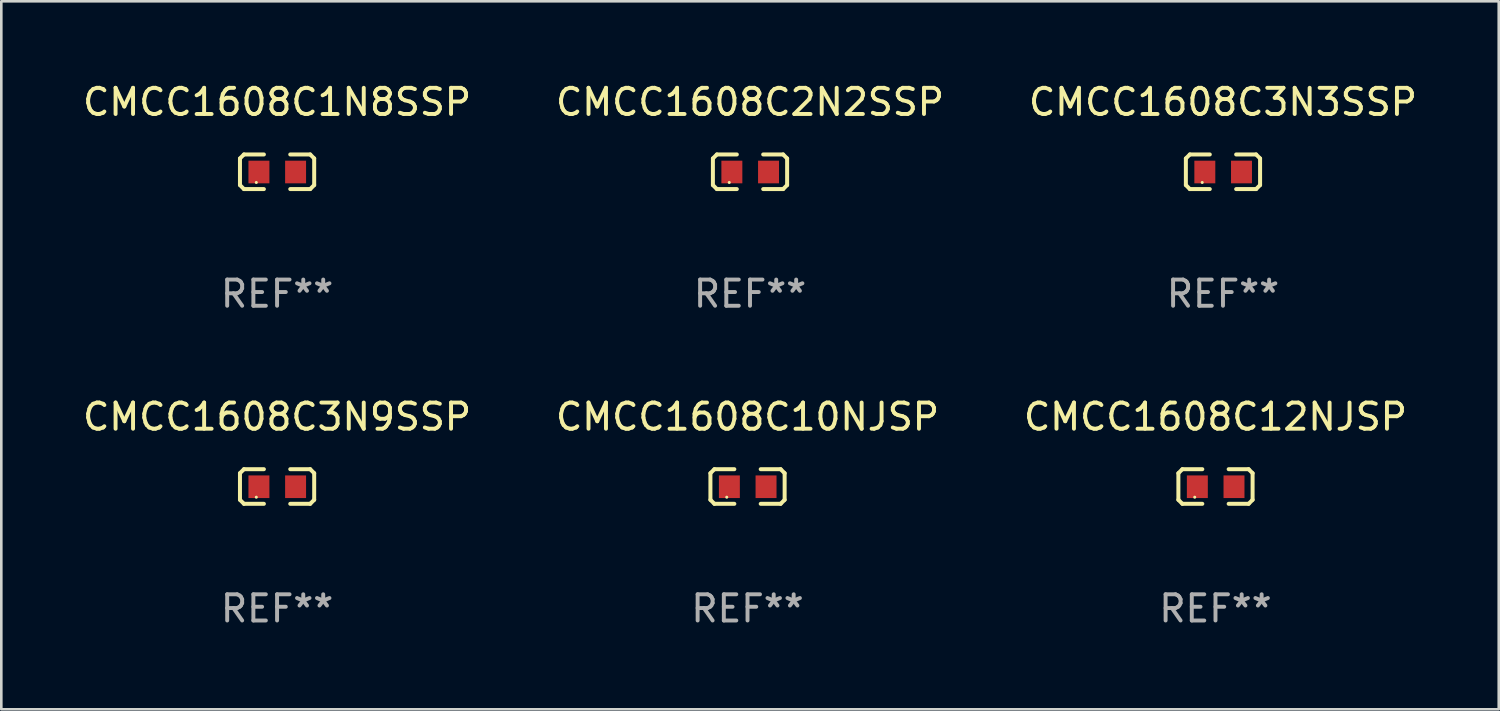
<source format=kicad_pcb>
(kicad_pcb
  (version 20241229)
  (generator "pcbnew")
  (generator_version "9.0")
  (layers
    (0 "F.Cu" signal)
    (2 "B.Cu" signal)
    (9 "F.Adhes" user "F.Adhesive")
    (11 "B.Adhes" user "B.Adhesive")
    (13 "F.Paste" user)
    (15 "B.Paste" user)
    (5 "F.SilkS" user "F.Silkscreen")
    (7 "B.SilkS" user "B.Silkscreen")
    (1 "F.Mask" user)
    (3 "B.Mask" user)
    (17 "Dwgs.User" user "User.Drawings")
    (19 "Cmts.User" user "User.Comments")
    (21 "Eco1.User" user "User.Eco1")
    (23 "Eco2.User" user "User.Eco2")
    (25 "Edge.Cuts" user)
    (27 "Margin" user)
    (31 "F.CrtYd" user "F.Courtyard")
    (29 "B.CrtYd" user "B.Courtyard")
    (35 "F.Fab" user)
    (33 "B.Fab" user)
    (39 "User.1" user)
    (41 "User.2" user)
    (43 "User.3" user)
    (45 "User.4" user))
  (footprint "CMCC1608C2N2SSP"
    (layer "F.Cu")
    (at 25.589 3.509)
    (property "Reference" "CMCC1608C2N2SSP" (at 0 -2.661 0) (layer "F.SilkS") (effects (font (size 1 1) (thickness 0.15))))
    (attr through_hole)
    (fp_line (start -1.417 -0.508) (end -1.265 -0.661) (stroke (width 0.152) (type solid)) (layer "F.SilkS"))
    (fp_line (start -1.417 0.508) (end -1.417 -0.508) (stroke (width 0.152) (type solid)) (layer "F.SilkS"))
    (fp_line (start -1.265 -0.661) (end -0.503 -0.661) (stroke (width 0.152) (type solid)) (layer "F.SilkS"))
    (fp_line (start -1.265 0.661) (end -1.417 0.508) (stroke (width 0.152) (type solid)) (layer "F.SilkS"))
    (fp_line (start -1.265 0.661) (end -0.503 0.661) (stroke (width 0.152) (type solid)) (layer "F.SilkS"))
    (fp_line (start 1.265 -0.661) (end 0.503 -0.661) (stroke (width 0.152) (type solid)) (layer "F.SilkS"))
    (fp_line (start 1.265 -0.661) (end 1.417 -0.508) (stroke (width 0.152) (type solid)) (layer "F.SilkS"))
    (fp_line (start 1.265 0.661) (end 0.503 0.661) (stroke (width 0.152) (type solid)) (layer "F.SilkS"))
    (fp_line (start 1.417 -0.508) (end 1.417 0.508) (stroke (width 0.152) (type solid)) (layer "F.SilkS"))
    (fp_line (start 1.417 0.508) (end 1.265 0.661) (stroke (width 0.152) (type solid)) (layer "F.SilkS"))
    (fp_circle (center -0.793 0.409) (end -0.763 0.409) (stroke (width 0.06) (type solid)) (fill no) (layer "F.SilkS"))
    (fp_text user "REF**" (at 0 4.661 0) (layer "F.Fab") (effects (font (size 1 1) (thickness 0.15))))
    (pad "1" smd rect (at -0.693 0.009 180) (size 0.8 0.864) (layers "F.Cu" "F.Mask" "F.Paste"))
    (pad "2" smd rect (at 0.707 0.009 180) (size 0.8 0.864) (layers "F.Cu" "F.Mask" "F.Paste")))
  (footprint "CMCC1608C1N8SSP"
    (layer "F.Cu")
    (at 7.53 3.509)
    (property "Reference" "CMCC1608C1N8SSP" (at 0 -2.661 0) (layer "F.SilkS") (effects (font (size 1 1) (thickness 0.15))))
    (attr through_hole)
    (fp_line (start -1.417 -0.508) (end -1.265 -0.661) (stroke (width 0.152) (type solid)) (layer "F.SilkS"))
    (fp_line (start -1.417 0.508) (end -1.417 -0.508) (stroke (width 0.152) (type solid)) (layer "F.SilkS"))
    (fp_line (start -1.265 -0.661) (end -0.503 -0.661) (stroke (width 0.152) (type solid)) (layer "F.SilkS"))
    (fp_line (start -1.265 0.661) (end -1.417 0.508) (stroke (width 0.152) (type solid)) (layer "F.SilkS"))
    (fp_line (start -1.265 0.661) (end -0.503 0.661) (stroke (width 0.152) (type solid)) (layer "F.SilkS"))
    (fp_line (start 1.265 -0.661) (end 0.503 -0.661) (stroke (width 0.152) (type solid)) (layer "F.SilkS"))
    (fp_line (start 1.265 -0.661) (end 1.417 -0.508) (stroke (width 0.152) (type solid)) (layer "F.SilkS"))
    (fp_line (start 1.265 0.661) (end 0.503 0.661) (stroke (width 0.152) (type solid)) (layer "F.SilkS"))
    (fp_line (start 1.417 -0.508) (end 1.417 0.508) (stroke (width 0.152) (type solid)) (layer "F.SilkS"))
    (fp_line (start 1.417 0.508) (end 1.265 0.661) (stroke (width 0.152) (type solid)) (layer "F.SilkS"))
    (fp_circle (center -0.793 0.409) (end -0.763 0.409) (stroke (width 0.06) (type solid)) (fill no) (layer "F.SilkS"))
    (fp_text user "REF**" (at 0 4.661 0) (layer "F.Fab") (effects (font (size 1 1) (thickness 0.15))))
    (pad "1" smd rect (at -0.693 0.009 180) (size 0.8 0.864) (layers "F.Cu" "F.Mask" "F.Paste"))
    (pad "2" smd rect (at 0.707 0.009 180) (size 0.8 0.864) (layers "F.Cu" "F.Mask" "F.Paste")))
  (footprint "CMCC1608C12NJSP"
    (layer "F.Cu")
    (at 43.363 15.527)
    (property "Reference" "CMCC1608C12NJSP" (at 0 -2.661 0) (layer "F.SilkS") (effects (font (size 1 1) (thickness 0.15))))
    (attr through_hole)
    (fp_line (start -1.417 -0.508) (end -1.265 -0.661) (stroke (width 0.152) (type solid)) (layer "F.SilkS"))
    (fp_line (start -1.417 0.508) (end -1.417 -0.508) (stroke (width 0.152) (type solid)) (layer "F.SilkS"))
    (fp_line (start -1.265 -0.661) (end -0.503 -0.661) (stroke (width 0.152) (type solid)) (layer "F.SilkS"))
    (fp_line (start -1.265 0.661) (end -1.417 0.508) (stroke (width 0.152) (type solid)) (layer "F.SilkS"))
    (fp_line (start -1.265 0.661) (end -0.503 0.661) (stroke (width 0.152) (type solid)) (layer "F.SilkS"))
    (fp_line (start 1.265 -0.661) (end 0.503 -0.661) (stroke (width 0.152) (type solid)) (layer "F.SilkS"))
    (fp_line (start 1.265 -0.661) (end 1.417 -0.508) (stroke (width 0.152) (type solid)) (layer "F.SilkS"))
    (fp_line (start 1.265 0.661) (end 0.503 0.661) (stroke (width 0.152) (type solid)) (layer "F.SilkS"))
    (fp_line (start 1.417 -0.508) (end 1.417 0.508) (stroke (width 0.152) (type solid)) (layer "F.SilkS"))
    (fp_line (start 1.417 0.508) (end 1.265 0.661) (stroke (width 0.152) (type solid)) (layer "F.SilkS"))
    (fp_circle (center -0.793 0.409) (end -0.763 0.409) (stroke (width 0.06) (type solid)) (fill no) (layer "F.SilkS"))
    (fp_text user "REF**" (at 0 4.661 0) (layer "F.Fab") (effects (font (size 1 1) (thickness 0.15))))
    (pad "1" smd rect (at -0.693 0.009 180) (size 0.8 0.864) (layers "F.Cu" "F.Mask" "F.Paste"))
    (pad "2" smd rect (at 0.707 0.009 180) (size 0.8 0.864) (layers "F.Cu" "F.Mask" "F.Paste")))
  (footprint "CMCC1608C3N9SSP"
    (layer "F.Cu")
    (at 7.53 15.527)
    (property "Reference" "CMCC1608C3N9SSP" (at 0 -2.661 0) (layer "F.SilkS") (effects (font (size 1 1) (thickness 0.15))))
    (attr through_hole)
    (fp_line (start -1.417 -0.508) (end -1.265 -0.661) (stroke (width 0.152) (type solid)) (layer "F.SilkS"))
    (fp_line (start -1.417 0.508) (end -1.417 -0.508) (stroke (width 0.152) (type solid)) (layer "F.SilkS"))
    (fp_line (start -1.265 -0.661) (end -0.503 -0.661) (stroke (width 0.152) (type solid)) (layer "F.SilkS"))
    (fp_line (start -1.265 0.661) (end -1.417 0.508) (stroke (width 0.152) (type solid)) (layer "F.SilkS"))
    (fp_line (start -1.265 0.661) (end -0.503 0.661) (stroke (width 0.152) (type solid)) (layer "F.SilkS"))
    (fp_line (start 1.265 -0.661) (end 0.503 -0.661) (stroke (width 0.152) (type solid)) (layer "F.SilkS"))
    (fp_line (start 1.265 -0.661) (end 1.417 -0.508) (stroke (width 0.152) (type solid)) (layer "F.SilkS"))
    (fp_line (start 1.265 0.661) (end 0.503 0.661) (stroke (width 0.152) (type solid)) (layer "F.SilkS"))
    (fp_line (start 1.417 -0.508) (end 1.417 0.508) (stroke (width 0.152) (type solid)) (layer "F.SilkS"))
    (fp_line (start 1.417 0.508) (end 1.265 0.661) (stroke (width 0.152) (type solid)) (layer "F.SilkS"))
    (fp_circle (center -0.793 0.409) (end -0.763 0.409) (stroke (width 0.06) (type solid)) (fill no) (layer "F.SilkS"))
    (fp_text user "REF**" (at 0 4.661 0) (layer "F.Fab") (effects (font (size 1 1) (thickness 0.15))))
    (pad "1" smd rect (at -0.693 0.009 180) (size 0.8 0.864) (layers "F.Cu" "F.Mask" "F.Paste"))
    (pad "2" smd rect (at 0.707 0.009 180) (size 0.8 0.864) (layers "F.Cu" "F.Mask" "F.Paste")))
  (footprint "CMCC1608C10NJSP"
    (layer "F.Cu")
    (at 25.494 15.527)
    (property "Reference" "CMCC1608C10NJSP" (at 0 -2.661 0) (layer "F.SilkS") (effects (font (size 1 1) (thickness 0.15))))
    (attr through_hole)
    (fp_line (start -1.417 -0.508) (end -1.265 -0.661) (stroke (width 0.152) (type solid)) (layer "F.SilkS"))
    (fp_line (start -1.417 0.508) (end -1.417 -0.508) (stroke (width 0.152) (type solid)) (layer "F.SilkS"))
    (fp_line (start -1.265 -0.661) (end -0.503 -0.661) (stroke (width 0.152) (type solid)) (layer "F.SilkS"))
    (fp_line (start -1.265 0.661) (end -1.417 0.508) (stroke (width 0.152) (type solid)) (layer "F.SilkS"))
    (fp_line (start -1.265 0.661) (end -0.503 0.661) (stroke (width 0.152) (type solid)) (layer "F.SilkS"))
    (fp_line (start 1.265 -0.661) (end 0.503 -0.661) (stroke (width 0.152) (type solid)) (layer "F.SilkS"))
    (fp_line (start 1.265 -0.661) (end 1.417 -0.508) (stroke (width 0.152) (type solid)) (layer "F.SilkS"))
    (fp_line (start 1.265 0.661) (end 0.503 0.661) (stroke (width 0.152) (type solid)) (layer "F.SilkS"))
    (fp_line (start 1.417 -0.508) (end 1.417 0.508) (stroke (width 0.152) (type solid)) (layer "F.SilkS"))
    (fp_line (start 1.417 0.508) (end 1.265 0.661) (stroke (width 0.152) (type solid)) (layer "F.SilkS"))
    (fp_circle (center -0.793 0.409) (end -0.763 0.409) (stroke (width 0.06) (type solid)) (fill no) (layer "F.SilkS"))
    (fp_text user "REF**" (at 0 4.661 0) (layer "F.Fab") (effects (font (size 1 1) (thickness 0.15))))
    (pad "1" smd rect (at -0.693 0.009 180) (size 0.8 0.864) (layers "F.Cu" "F.Mask" "F.Paste"))
    (pad "2" smd rect (at 0.707 0.009 180) (size 0.8 0.864) (layers "F.Cu" "F.Mask" "F.Paste")))
  (footprint "CMCC1608C3N3SSP"
    (layer "F.Cu")
    (at 43.649 3.509)
    (property "Reference" "CMCC1608C3N3SSP" (at 0 -2.661 0) (layer "F.SilkS") (effects (font (size 1 1) (thickness 0.15))))
    (attr through_hole)
    (fp_line (start -1.417 -0.508) (end -1.265 -0.661) (stroke (width 0.152) (type solid)) (layer "F.SilkS"))
    (fp_line (start -1.417 0.508) (end -1.417 -0.508) (stroke (width 0.152) (type solid)) (layer "F.SilkS"))
    (fp_line (start -1.265 -0.661) (end -0.503 -0.661) (stroke (width 0.152) (type solid)) (layer "F.SilkS"))
    (fp_line (start -1.265 0.661) (end -1.417 0.508) (stroke (width 0.152) (type solid)) (layer "F.SilkS"))
    (fp_line (start -1.265 0.661) (end -0.503 0.661) (stroke (width 0.152) (type solid)) (layer "F.SilkS"))
    (fp_line (start 1.265 -0.661) (end 0.503 -0.661) (stroke (width 0.152) (type solid)) (layer "F.SilkS"))
    (fp_line (start 1.265 -0.661) (end 1.417 -0.508) (stroke (width 0.152) (type solid)) (layer "F.SilkS"))
    (fp_line (start 1.265 0.661) (end 0.503 0.661) (stroke (width 0.152) (type solid)) (layer "F.SilkS"))
    (fp_line (start 1.417 -0.508) (end 1.417 0.508) (stroke (width 0.152) (type solid)) (layer "F.SilkS"))
    (fp_line (start 1.417 0.508) (end 1.265 0.661) (stroke (width 0.152) (type solid)) (layer "F.SilkS"))
    (fp_circle (center -0.793 0.409) (end -0.763 0.409) (stroke (width 0.06) (type solid)) (fill no) (layer "F.SilkS"))
    (fp_text user "REF**" (at 0 4.661 0) (layer "F.Fab") (effects (font (size 1 1) (thickness 0.15))))
    (pad "1" smd rect (at -0.693 0.009 180) (size 0.8 0.864) (layers "F.Cu" "F.Mask" "F.Paste"))
    (pad "2" smd rect (at 0.707 0.009 180) (size 0.8 0.864) (layers "F.Cu" "F.Mask" "F.Paste")))
  (gr_rect
    (start -3 -3)
    (end 54.179 24.035)
    (stroke (width 0.1) (type default))
    (fill no)
    (layer "Edge.Cuts")))
</source>
